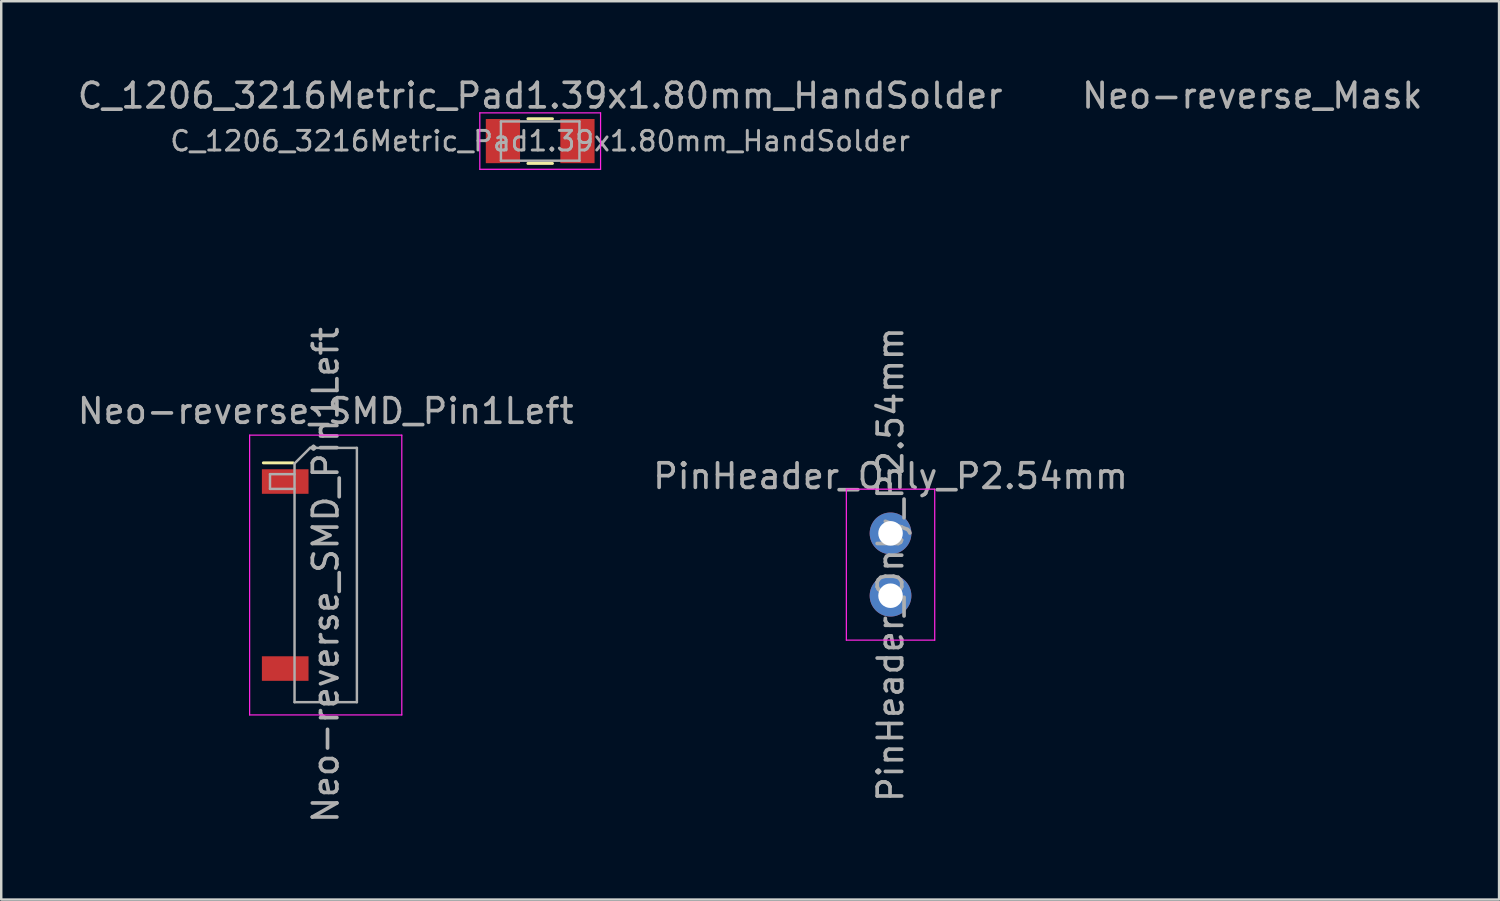
<source format=kicad_pcb>
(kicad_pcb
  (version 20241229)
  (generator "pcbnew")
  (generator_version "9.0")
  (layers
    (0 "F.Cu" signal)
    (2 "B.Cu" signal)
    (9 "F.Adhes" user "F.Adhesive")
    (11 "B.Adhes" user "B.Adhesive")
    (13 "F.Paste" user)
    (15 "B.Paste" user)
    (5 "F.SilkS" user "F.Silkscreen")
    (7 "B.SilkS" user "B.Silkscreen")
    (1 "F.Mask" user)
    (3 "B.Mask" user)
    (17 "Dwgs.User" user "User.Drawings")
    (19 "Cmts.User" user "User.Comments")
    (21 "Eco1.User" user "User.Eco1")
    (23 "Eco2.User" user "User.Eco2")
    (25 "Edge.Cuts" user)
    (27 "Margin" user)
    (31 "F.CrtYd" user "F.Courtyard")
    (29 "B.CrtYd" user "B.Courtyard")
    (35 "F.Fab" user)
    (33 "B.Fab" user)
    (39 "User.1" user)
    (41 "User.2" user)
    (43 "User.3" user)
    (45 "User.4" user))
  (footprint "Neo-reverse_Mask"
    (layer "F.Cu")
    (at 47.97 4.658)
    (property "Reference" "Neo-reverse_Mask" (at 0 -3.81 0) (layer "F.Fab") (effects (font (size 1 1) (thickness 0.15))))
    (attr through_hole)
    (pad "" connect circle (at 0 0) (size 5 5) (layers "F.Mask")))
  (footprint "C_1206_3216Metric_Pad1.39x1.80mm_HandSolder"
    (layer "F.Cu")
    (at 18.958 2.698)
    (property "Reference" "C_1206_3216Metric_Pad1.39x1.80mm_HandSolder" (at 0 -1.85 0) (layer "F.Fab") (effects (font (size 1 1) (thickness 0.15))))
    (attr smd)
    (fp_line (start -0.5 -0.91) (end 0.5 -0.91) (stroke (width 0.12) (type solid)) (layer "F.SilkS"))
    (fp_line (start -0.5 0.91) (end 0.5 0.91) (stroke (width 0.12) (type solid)) (layer "F.SilkS"))
    (fp_line (start -2.46 -1.15) (end 2.46 -1.15) (stroke (width 0.05) (type solid)) (layer "F.CrtYd"))
    (fp_line (start -2.46 1.15) (end -2.46 -1.15) (stroke (width 0.05) (type solid)) (layer "F.CrtYd"))
    (fp_line (start 2.46 -1.15) (end 2.46 1.15) (stroke (width 0.05) (type solid)) (layer "F.CrtYd"))
    (fp_line (start 2.46 1.15) (end -2.46 1.15) (stroke (width 0.05) (type solid)) (layer "F.CrtYd"))
    (fp_line (start -1.6 -0.8) (end 1.6 -0.8) (stroke (width 0.1) (type solid)) (layer "F.Fab"))
    (fp_line (start -1.6 0.8) (end -1.6 -0.8) (stroke (width 0.1) (type solid)) (layer "F.Fab"))
    (fp_line (start 1.6 -0.8) (end 1.6 0.8) (stroke (width 0.1) (type solid)) (layer "F.Fab"))
    (fp_line (start 1.6 0.8) (end -1.6 0.8) (stroke (width 0.1) (type solid)) (layer "F.Fab"))
    (fp_text user "${REFERENCE}" (at 0 0 0) (layer "F.Fab") (effects (font (size 0.8 0.8) (thickness 0.12))))
    (pad "1" smd rect (at -1.518 0) (size 1.395 1.8) (layers "F.Cu" "F.Mask" "F.Paste"))
    (pad "2" smd rect (at 1.518 0) (size 1.395 1.8) (layers "F.Cu" "F.Mask" "F.Paste")))
  (footprint "PinHeader_Only_P2.54mm"
    (layer "F.Cu")
    (at 33.232 18.68)
    (property "Reference" "PinHeader_Only_P2.54mm" (at 0 -2.33 0) (layer "F.Fab") (effects (font (size 1 1) (thickness 0.15))))
    (attr through_hole)
    (fp_line (start -1.8 -1.8) (end -1.8 4.35) (stroke (width 0.05) (type solid)) (layer "F.CrtYd"))
    (fp_line (start -1.8 4.35) (end 1.8 4.35) (stroke (width 0.05) (type solid)) (layer "F.CrtYd"))
    (fp_line (start 1.8 -1.8) (end -1.8 -1.8) (stroke (width 0.05) (type solid)) (layer "F.CrtYd"))
    (fp_line (start 1.8 4.35) (end 1.8 -1.8) (stroke (width 0.05) (type solid)) (layer "F.CrtYd"))
    (fp_text user "${REFERENCE}" (at 0 1.27 90) (layer "F.Fab") (effects (font (size 1 1) (thickness 0.15))))
    (pad "1" thru_hole circle (at 0 0) (size 1.7 1.7) (drill 1) (layers "*.Cu" "*.Mask"))
    (pad "2" thru_hole oval (at 0 2.54) (size 1.7 1.7) (drill 1) (layers "*.Cu" "*.Mask")))
  (footprint "Neo-reverse_SMD_Pin1Left"
    (layer "F.Cu")
    (at 10.22 20.378)
    (property "Reference" "Neo-reverse_SMD_Pin1Left" (at 0 -6.68 0) (layer "F.Fab") (effects (font (size 1 1) (thickness 0.15))))
    (attr smd)
    (fp_line (start -2.54 -4.57) (end -1.33 -4.57) (stroke (width 0.12) (type solid)) (layer "F.SilkS"))
    (fp_line (start -3.1 -5.7) (end 3.1 -5.7) (stroke (width 0.05) (type solid)) (layer "F.CrtYd"))
    (fp_line (start -3.1 5.7) (end -3.1 -5.7) (stroke (width 0.05) (type solid)) (layer "F.CrtYd"))
    (fp_line (start 3.1 -5.7) (end 3.1 5.7) (stroke (width 0.05) (type solid)) (layer "F.CrtYd"))
    (fp_line (start 3.1 5.7) (end -3.1 5.7) (stroke (width 0.05) (type solid)) (layer "F.CrtYd"))
    (fp_line (start -2.27 -4.11) (end -1.27 -4.11) (stroke (width 0.1) (type solid)) (layer "F.Fab"))
    (fp_line (start -2.27 -3.51) (end -2.27 -4.11) (stroke (width 0.1) (type solid)) (layer "F.Fab"))
    (fp_line (start -1.27 -4.545) (end -0.635 -5.18) (stroke (width 0.1) (type solid)) (layer "F.Fab"))
    (fp_line (start -1.27 -3.51) (end -2.27 -3.51) (stroke (width 0.1) (type solid)) (layer "F.Fab"))
    (fp_line (start -1.27 5.18) (end -1.27 -4.545) (stroke (width 0.1) (type solid)) (layer "F.Fab"))
    (fp_line (start -0.635 -5.18) (end 1.27 -5.18) (stroke (width 0.1) (type solid)) (layer "F.Fab"))
    (fp_line (start 1.27 -5.18) (end 1.27 5.18) (stroke (width 0.1) (type solid)) (layer "F.Fab"))
    (fp_line (start 1.27 5.18) (end -1.27 5.18) (stroke (width 0.1) (type solid)) (layer "F.Fab"))
    (fp_text user "${REFERENCE}" (at 0 0 90) (layer "F.Fab") (effects (font (size 1 1) (thickness 0.15))))
    (pad "1" smd rect (at -1.65 -3.81) (size 1.9 1) (layers "F.Cu" "F.Mask" "F.Paste"))
    (pad "2" smd rect (at -1.65 3.81) (size 1.9 1) (layers "F.Cu" "F.Mask" "F.Paste")))
  (gr_rect
    (start -3 -3)
    (end 58.024 33.599)
    (stroke (width 0.1) (type default))
    (fill no)
    (layer "Edge.Cuts")))
</source>
